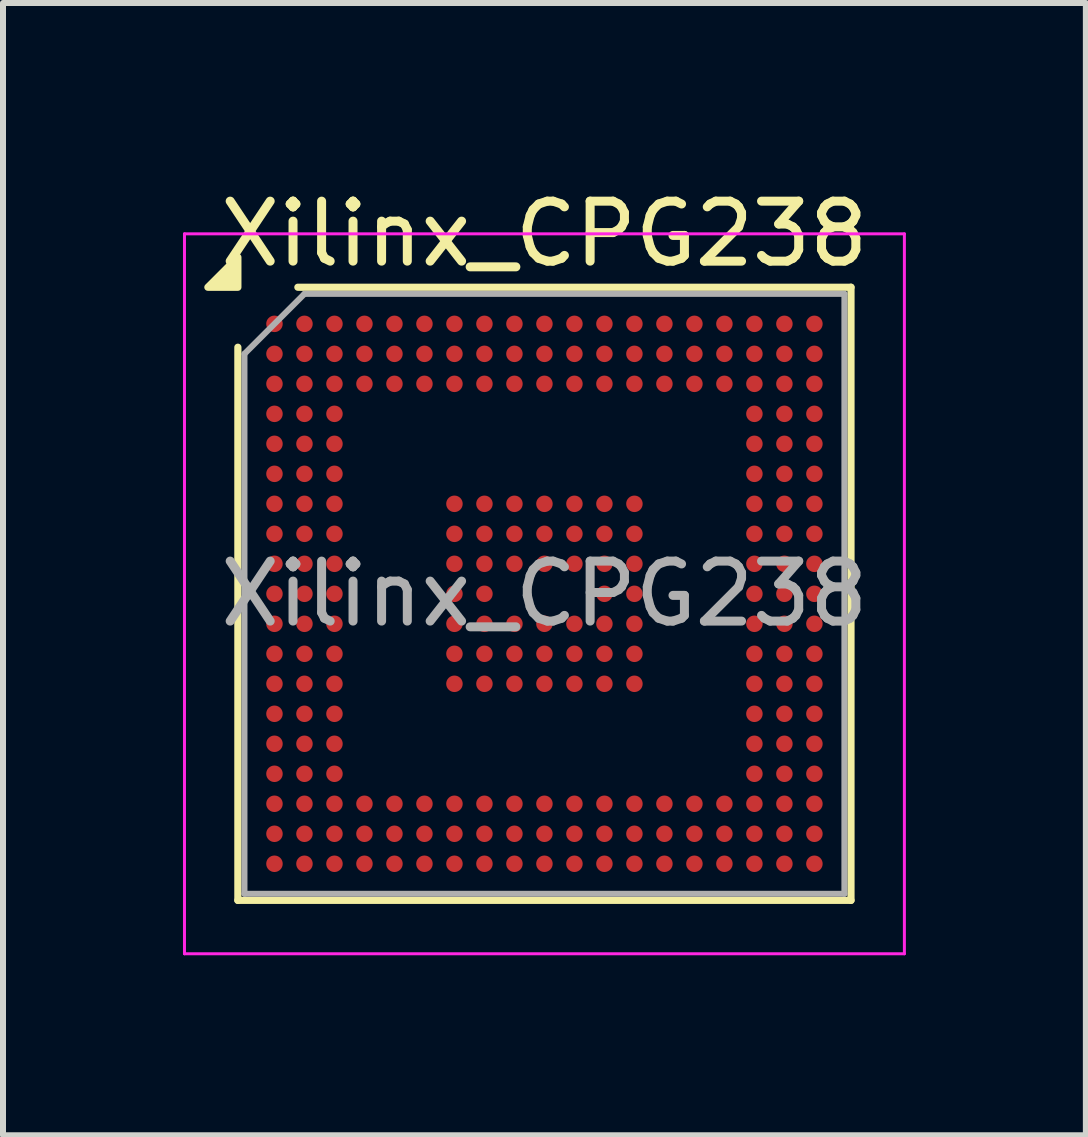
<source format=kicad_pcb>
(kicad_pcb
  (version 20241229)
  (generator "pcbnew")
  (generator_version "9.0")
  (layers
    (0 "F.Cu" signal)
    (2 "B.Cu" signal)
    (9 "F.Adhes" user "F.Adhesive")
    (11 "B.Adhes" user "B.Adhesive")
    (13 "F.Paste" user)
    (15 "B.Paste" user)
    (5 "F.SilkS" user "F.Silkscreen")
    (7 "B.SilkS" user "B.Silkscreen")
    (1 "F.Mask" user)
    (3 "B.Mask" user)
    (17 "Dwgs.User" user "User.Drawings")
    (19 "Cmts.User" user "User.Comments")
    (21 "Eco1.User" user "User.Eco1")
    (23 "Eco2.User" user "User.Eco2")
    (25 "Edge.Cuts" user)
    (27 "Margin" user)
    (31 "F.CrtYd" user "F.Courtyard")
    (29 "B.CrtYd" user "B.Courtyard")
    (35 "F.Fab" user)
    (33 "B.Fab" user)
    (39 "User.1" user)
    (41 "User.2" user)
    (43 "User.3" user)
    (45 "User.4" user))
  (footprint "Xilinx_CPG238"
    (layer "F.Cu")
    (at 6.025 6.848)
    (property "Reference" "Xilinx_CPG238" (at 0 -6 0) (layer "F.SilkS") (effects (font (size 1 1) (thickness 0.15))))
    (attr smd)
    (fp_line (start -5.11 5.11) (end -5.11 -4.11) (stroke (width 0.12) (type solid)) (layer "F.SilkS"))
    (fp_line (start -4.11 -5.11) (end 5.11 -5.11) (stroke (width 0.12) (type solid)) (layer "F.SilkS"))
    (fp_line (start 5.11 -5.11) (end 5.11 5.11) (stroke (width 0.12) (type solid)) (layer "F.SilkS"))
    (fp_line (start 5.11 5.11) (end -5.11 5.11) (stroke (width 0.12) (type solid)) (layer "F.SilkS"))
    (fp_poly (pts (xy -5.11 -5.11) (xy -5.61 -5.11) (xy -5.11 -5.61) (xy -5.11 -5.11)) (stroke (width 0.12) (type solid)) (fill yes) (layer "F.SilkS"))
    (fp_line (start -6 -6) (end -6 6) (stroke (width 0.05) (type solid)) (layer "F.CrtYd"))
    (fp_line (start -6 6) (end 6 6) (stroke (width 0.05) (type solid)) (layer "F.CrtYd"))
    (fp_line (start 6 -6) (end -6 -6) (stroke (width 0.05) (type solid)) (layer "F.CrtYd"))
    (fp_line (start 6 6) (end 6 -6) (stroke (width 0.05) (type solid)) (layer "F.CrtYd"))
    (fp_line (start -5 -4) (end -4 -5) (stroke (width 0.1) (type solid)) (layer "F.Fab"))
    (fp_line (start -5 5) (end -5 -4) (stroke (width 0.1) (type solid)) (layer "F.Fab"))
    (fp_line (start -4 -5) (end 5 -5) (stroke (width 0.1) (type solid)) (layer "F.Fab"))
    (fp_line (start 5 -5) (end 5 5) (stroke (width 0.1) (type solid)) (layer "F.Fab"))
    (fp_line (start 5 5) (end -5 5) (stroke (width 0.1) (type solid)) (layer "F.Fab"))
    (fp_text user "${REFERENCE}" (at 0 0 0) (layer "F.Fab") (effects (font (size 1 1) (thickness 0.15))))
    (pad "A1" smd circle (at -4.5 -4.5) (size 0.275 0.275) (property pad_prop_bga) (layers "F.Cu" "F.Mask" "F.Paste"))
    (pad "A2" smd circle (at -4 -4.5) (size 0.275 0.275) (property pad_prop_bga) (layers "F.Cu" "F.Mask" "F.Paste"))
    (pad "A3" smd circle (at -3.5 -4.5) (size 0.275 0.275) (property pad_prop_bga) (layers "F.Cu" "F.Mask" "F.Paste"))
    (pad "A4" smd circle (at -3 -4.5) (size 0.275 0.275) (property pad_prop_bga) (layers "F.Cu" "F.Mask" "F.Paste"))
    (pad "A5" smd circle (at -2.5 -4.5) (size 0.275 0.275) (property pad_prop_bga) (layers "F.Cu" "F.Mask" "F.Paste"))
    (pad "A6" smd circle (at -2 -4.5) (size 0.275 0.275) (property pad_prop_bga) (layers "F.Cu" "F.Mask" "F.Paste"))
    (pad "A7" smd circle (at -1.5 -4.5) (size 0.275 0.275) (property pad_prop_bga) (layers "F.Cu" "F.Mask" "F.Paste"))
    (pad "A8" smd circle (at -1 -4.5) (size 0.275 0.275) (property pad_prop_bga) (layers "F.Cu" "F.Mask" "F.Paste"))
    (pad "A9" smd circle (at -0.5 -4.5) (size 0.275 0.275) (property pad_prop_bga) (layers "F.Cu" "F.Mask" "F.Paste"))
    (pad "A10" smd circle (at 0 -4.5) (size 0.275 0.275) (property pad_prop_bga) (layers "F.Cu" "F.Mask" "F.Paste"))
    (pad "A11" smd circle (at 0.5 -4.5) (size 0.275 0.275) (property pad_prop_bga) (layers "F.Cu" "F.Mask" "F.Paste"))
    (pad "A12" smd circle (at 1 -4.5) (size 0.275 0.275) (property pad_prop_bga) (layers "F.Cu" "F.Mask" "F.Paste"))
    (pad "A13" smd circle (at 1.5 -4.5) (size 0.275 0.275) (property pad_prop_bga) (layers "F.Cu" "F.Mask" "F.Paste"))
    (pad "A14" smd circle (at 2 -4.5) (size 0.275 0.275) (property pad_prop_bga) (layers "F.Cu" "F.Mask" "F.Paste"))
    (pad "A15" smd circle (at 2.5 -4.5) (size 0.275 0.275) (property pad_prop_bga) (layers "F.Cu" "F.Mask" "F.Paste"))
    (pad "A16" smd circle (at 3 -4.5) (size 0.275 0.275) (property pad_prop_bga) (layers "F.Cu" "F.Mask" "F.Paste"))
    (pad "A17" smd circle (at 3.5 -4.5) (size 0.275 0.275) (property pad_prop_bga) (layers "F.Cu" "F.Mask" "F.Paste"))
    (pad "A18" smd circle (at 4 -4.5) (size 0.275 0.275) (property pad_prop_bga) (layers "F.Cu" "F.Mask" "F.Paste"))
    (pad "A19" smd circle (at 4.5 -4.5) (size 0.275 0.275) (property pad_prop_bga) (layers "F.Cu" "F.Mask" "F.Paste"))
    (pad "B1" smd circle (at -4.5 -4) (size 0.275 0.275) (property pad_prop_bga) (layers "F.Cu" "F.Mask" "F.Paste"))
    (pad "B2" smd circle (at -4 -4) (size 0.275 0.275) (property pad_prop_bga) (layers "F.Cu" "F.Mask" "F.Paste"))
    (pad "B3" smd circle (at -3.5 -4) (size 0.275 0.275) (property pad_prop_bga) (layers "F.Cu" "F.Mask" "F.Paste"))
    (pad "B4" smd circle (at -3 -4) (size 0.275 0.275) (property pad_prop_bga) (layers "F.Cu" "F.Mask" "F.Paste"))
    (pad "B5" smd circle (at -2.5 -4) (size 0.275 0.275) (property pad_prop_bga) (layers "F.Cu" "F.Mask" "F.Paste"))
    (pad "B6" smd circle (at -2 -4) (size 0.275 0.275) (property pad_prop_bga) (layers "F.Cu" "F.Mask" "F.Paste"))
    (pad "B7" smd circle (at -1.5 -4) (size 0.275 0.275) (property pad_prop_bga) (layers "F.Cu" "F.Mask" "F.Paste"))
    (pad "B8" smd circle (at -1 -4) (size 0.275 0.275) (property pad_prop_bga) (layers "F.Cu" "F.Mask" "F.Paste"))
    (pad "B9" smd circle (at -0.5 -4) (size 0.275 0.275) (property pad_prop_bga) (layers "F.Cu" "F.Mask" "F.Paste"))
    (pad "B10" smd circle (at 0 -4) (size 0.275 0.275) (property pad_prop_bga) (layers "F.Cu" "F.Mask" "F.Paste"))
    (pad "B11" smd circle (at 0.5 -4) (size 0.275 0.275) (property pad_prop_bga) (layers "F.Cu" "F.Mask" "F.Paste"))
    (pad "B12" smd circle (at 1 -4) (size 0.275 0.275) (property pad_prop_bga) (layers "F.Cu" "F.Mask" "F.Paste"))
    (pad "B13" smd circle (at 1.5 -4) (size 0.275 0.275) (property pad_prop_bga) (layers "F.Cu" "F.Mask" "F.Paste"))
    (pad "B14" smd circle (at 2 -4) (size 0.275 0.275) (property pad_prop_bga) (layers "F.Cu" "F.Mask" "F.Paste"))
    (pad "B15" smd circle (at 2.5 -4) (size 0.275 0.275) (property pad_prop_bga) (layers "F.Cu" "F.Mask" "F.Paste"))
    (pad "B16" smd circle (at 3 -4) (size 0.275 0.275) (property pad_prop_bga) (layers "F.Cu" "F.Mask" "F.Paste"))
    (pad "B17" smd circle (at 3.5 -4) (size 0.275 0.275) (property pad_prop_bga) (layers "F.Cu" "F.Mask" "F.Paste"))
    (pad "B18" smd circle (at 4 -4) (size 0.275 0.275) (property pad_prop_bga) (layers "F.Cu" "F.Mask" "F.Paste"))
    (pad "B19" smd circle (at 4.5 -4) (size 0.275 0.275) (property pad_prop_bga) (layers "F.Cu" "F.Mask" "F.Paste"))
    (pad "C1" smd circle (at -4.5 -3.5) (size 0.275 0.275) (property pad_prop_bga) (layers "F.Cu" "F.Mask" "F.Paste"))
    (pad "C2" smd circle (at -4 -3.5) (size 0.275 0.275) (property pad_prop_bga) (layers "F.Cu" "F.Mask" "F.Paste"))
    (pad "C3" smd circle (at -3.5 -3.5) (size 0.275 0.275) (property pad_prop_bga) (layers "F.Cu" "F.Mask" "F.Paste"))
    (pad "C4" smd circle (at -3 -3.5) (size 0.275 0.275) (property pad_prop_bga) (layers "F.Cu" "F.Mask" "F.Paste"))
    (pad "C5" smd circle (at -2.5 -3.5) (size 0.275 0.275) (property pad_prop_bga) (layers "F.Cu" "F.Mask" "F.Paste"))
    (pad "C6" smd circle (at -2 -3.5) (size 0.275 0.275) (property pad_prop_bga) (layers "F.Cu" "F.Mask" "F.Paste"))
    (pad "C7" smd circle (at -1.5 -3.5) (size 0.275 0.275) (property pad_prop_bga) (layers "F.Cu" "F.Mask" "F.Paste"))
    (pad "C8" smd circle (at -1 -3.5) (size 0.275 0.275) (property pad_prop_bga) (layers "F.Cu" "F.Mask" "F.Paste"))
    (pad "C9" smd circle (at -0.5 -3.5) (size 0.275 0.275) (property pad_prop_bga) (layers "F.Cu" "F.Mask" "F.Paste"))
    (pad "C10" smd circle (at 0 -3.5) (size 0.275 0.275) (property pad_prop_bga) (layers "F.Cu" "F.Mask" "F.Paste"))
    (pad "C11" smd circle (at 0.5 -3.5) (size 0.275 0.275) (property pad_prop_bga) (layers "F.Cu" "F.Mask" "F.Paste"))
    (pad "C12" smd circle (at 1 -3.5) (size 0.275 0.275) (property pad_prop_bga) (layers "F.Cu" "F.Mask" "F.Paste"))
    (pad "C13" smd circle (at 1.5 -3.5) (size 0.275 0.275) (property pad_prop_bga) (layers "F.Cu" "F.Mask" "F.Paste"))
    (pad "C14" smd circle (at 2 -3.5) (size 0.275 0.275) (property pad_prop_bga) (layers "F.Cu" "F.Mask" "F.Paste"))
    (pad "C15" smd circle (at 2.5 -3.5) (size 0.275 0.275) (property pad_prop_bga) (layers "F.Cu" "F.Mask" "F.Paste"))
    (pad "C16" smd circle (at 3 -3.5) (size 0.275 0.275) (property pad_prop_bga) (layers "F.Cu" "F.Mask" "F.Paste"))
    (pad "C17" smd circle (at 3.5 -3.5) (size 0.275 0.275) (property pad_prop_bga) (layers "F.Cu" "F.Mask" "F.Paste"))
    (pad "C18" smd circle (at 4 -3.5) (size 0.275 0.275) (property pad_prop_bga) (layers "F.Cu" "F.Mask" "F.Paste"))
    (pad "C19" smd circle (at 4.5 -3.5) (size 0.275 0.275) (property pad_prop_bga) (layers "F.Cu" "F.Mask" "F.Paste"))
    (pad "D1" smd circle (at -4.5 -3) (size 0.275 0.275) (property pad_prop_bga) (layers "F.Cu" "F.Mask" "F.Paste"))
    (pad "D2" smd circle (at -4 -3) (size 0.275 0.275) (property pad_prop_bga) (layers "F.Cu" "F.Mask" "F.Paste"))
    (pad "D3" smd circle (at -3.5 -3) (size 0.275 0.275) (property pad_prop_bga) (layers "F.Cu" "F.Mask" "F.Paste"))
    (pad "D17" smd circle (at 3.5 -3) (size 0.275 0.275) (property pad_prop_bga) (layers "F.Cu" "F.Mask" "F.Paste"))
    (pad "D18" smd circle (at 4 -3) (size 0.275 0.275) (property pad_prop_bga) (layers "F.Cu" "F.Mask" "F.Paste"))
    (pad "D19" smd circle (at 4.5 -3) (size 0.275 0.275) (property pad_prop_bga) (layers "F.Cu" "F.Mask" "F.Paste"))
    (pad "E1" smd circle (at -4.5 -2.5) (size 0.275 0.275) (property pad_prop_bga) (layers "F.Cu" "F.Mask" "F.Paste"))
    (pad "E2" smd circle (at -4 -2.5) (size 0.275 0.275) (property pad_prop_bga) (layers "F.Cu" "F.Mask" "F.Paste"))
    (pad "E3" smd circle (at -3.5 -2.5) (size 0.275 0.275) (property pad_prop_bga) (layers "F.Cu" "F.Mask" "F.Paste"))
    (pad "E17" smd circle (at 3.5 -2.5) (size 0.275 0.275) (property pad_prop_bga) (layers "F.Cu" "F.Mask" "F.Paste"))
    (pad "E18" smd circle (at 4 -2.5) (size 0.275 0.275) (property pad_prop_bga) (layers "F.Cu" "F.Mask" "F.Paste"))
    (pad "E19" smd circle (at 4.5 -2.5) (size 0.275 0.275) (property pad_prop_bga) (layers "F.Cu" "F.Mask" "F.Paste"))
    (pad "F1" smd circle (at -4.5 -2) (size 0.275 0.275) (property pad_prop_bga) (layers "F.Cu" "F.Mask" "F.Paste"))
    (pad "F2" smd circle (at -4 -2) (size 0.275 0.275) (property pad_prop_bga) (layers "F.Cu" "F.Mask" "F.Paste"))
    (pad "F3" smd circle (at -3.5 -2) (size 0.275 0.275) (property pad_prop_bga) (layers "F.Cu" "F.Mask" "F.Paste"))
    (pad "F17" smd circle (at 3.5 -2) (size 0.275 0.275) (property pad_prop_bga) (layers "F.Cu" "F.Mask" "F.Paste"))
    (pad "F18" smd circle (at 4 -2) (size 0.275 0.275) (property pad_prop_bga) (layers "F.Cu" "F.Mask" "F.Paste"))
    (pad "F19" smd circle (at 4.5 -2) (size 0.275 0.275) (property pad_prop_bga) (layers "F.Cu" "F.Mask" "F.Paste"))
    (pad "G1" smd circle (at -4.5 -1.5) (size 0.275 0.275) (property pad_prop_bga) (layers "F.Cu" "F.Mask" "F.Paste"))
    (pad "G2" smd circle (at -4 -1.5) (size 0.275 0.275) (property pad_prop_bga) (layers "F.Cu" "F.Mask" "F.Paste"))
    (pad "G3" smd circle (at -3.5 -1.5) (size 0.275 0.275) (property pad_prop_bga) (layers "F.Cu" "F.Mask" "F.Paste"))
    (pad "G7" smd circle (at -1.5 -1.5) (size 0.275 0.275) (property pad_prop_bga) (layers "F.Cu" "F.Mask" "F.Paste"))
    (pad "G8" smd circle (at -1 -1.5) (size 0.275 0.275) (property pad_prop_bga) (layers "F.Cu" "F.Mask" "F.Paste"))
    (pad "G9" smd circle (at -0.5 -1.5) (size 0.275 0.275) (property pad_prop_bga) (layers "F.Cu" "F.Mask" "F.Paste"))
    (pad "G10" smd circle (at 0 -1.5) (size 0.275 0.275) (property pad_prop_bga) (layers "F.Cu" "F.Mask" "F.Paste"))
    (pad "G11" smd circle (at 0.5 -1.5) (size 0.275 0.275) (property pad_prop_bga) (layers "F.Cu" "F.Mask" "F.Paste"))
    (pad "G12" smd circle (at 1 -1.5) (size 0.275 0.275) (property pad_prop_bga) (layers "F.Cu" "F.Mask" "F.Paste"))
    (pad "G13" smd circle (at 1.5 -1.5) (size 0.275 0.275) (property pad_prop_bga) (layers "F.Cu" "F.Mask" "F.Paste"))
    (pad "G17" smd circle (at 3.5 -1.5) (size 0.275 0.275) (property pad_prop_bga) (layers "F.Cu" "F.Mask" "F.Paste"))
    (pad "G18" smd circle (at 4 -1.5) (size 0.275 0.275) (property pad_prop_bga) (layers "F.Cu" "F.Mask" "F.Paste"))
    (pad "G19" smd circle (at 4.5 -1.5) (size 0.275 0.275) (property pad_prop_bga) (layers "F.Cu" "F.Mask" "F.Paste"))
    (pad "H1" smd circle (at -4.5 -1) (size 0.275 0.275) (property pad_prop_bga) (layers "F.Cu" "F.Mask" "F.Paste"))
    (pad "H2" smd circle (at -4 -1) (size 0.275 0.275) (property pad_prop_bga) (layers "F.Cu" "F.Mask" "F.Paste"))
    (pad "H3" smd circle (at -3.5 -1) (size 0.275 0.275) (property pad_prop_bga) (layers "F.Cu" "F.Mask" "F.Paste"))
    (pad "H7" smd circle (at -1.5 -1) (size 0.275 0.275) (property pad_prop_bga) (layers "F.Cu" "F.Mask" "F.Paste"))
    (pad "H8" smd circle (at -1 -1) (size 0.275 0.275) (property pad_prop_bga) (layers "F.Cu" "F.Mask" "F.Paste"))
    (pad "H9" smd circle (at -0.5 -1) (size 0.275 0.275) (property pad_prop_bga) (layers "F.Cu" "F.Mask" "F.Paste"))
    (pad "H10" smd circle (at 0 -1) (size 0.275 0.275) (property pad_prop_bga) (layers "F.Cu" "F.Mask" "F.Paste"))
    (pad "H11" smd circle (at 0.5 -1) (size 0.275 0.275) (property pad_prop_bga) (layers "F.Cu" "F.Mask" "F.Paste"))
    (pad "H12" smd circle (at 1 -1) (size 0.275 0.275) (property pad_prop_bga) (layers "F.Cu" "F.Mask" "F.Paste"))
    (pad "H13" smd circle (at 1.5 -1) (size 0.275 0.275) (property pad_prop_bga) (layers "F.Cu" "F.Mask" "F.Paste"))
    (pad "H17" smd circle (at 3.5 -1) (size 0.275 0.275) (property pad_prop_bga) (layers "F.Cu" "F.Mask" "F.Paste"))
    (pad "H18" smd circle (at 4 -1) (size 0.275 0.275) (property pad_prop_bga) (layers "F.Cu" "F.Mask" "F.Paste"))
    (pad "H19" smd circle (at 4.5 -1) (size 0.275 0.275) (property pad_prop_bga) (layers "F.Cu" "F.Mask" "F.Paste"))
    (pad "J1" smd circle (at -4.5 -0.5) (size 0.275 0.275) (property pad_prop_bga) (layers "F.Cu" "F.Mask" "F.Paste"))
    (pad "J2" smd circle (at -4 -0.5) (size 0.275 0.275) (property pad_prop_bga) (layers "F.Cu" "F.Mask" "F.Paste"))
    (pad "J3" smd circle (at -3.5 -0.5) (size 0.275 0.275) (property pad_prop_bga) (layers "F.Cu" "F.Mask" "F.Paste"))
    (pad "J7" smd circle (at -1.5 -0.5) (size 0.275 0.275) (property pad_prop_bga) (layers "F.Cu" "F.Mask" "F.Paste"))
    (pad "J8" smd circle (at -1 -0.5) (size 0.275 0.275) (property pad_prop_bga) (layers "F.Cu" "F.Mask" "F.Paste"))
    (pad "J9" smd circle (at -0.5 -0.5) (size 0.275 0.275) (property pad_prop_bga) (layers "F.Cu" "F.Mask" "F.Paste"))
    (pad "J10" smd circle (at 0 -0.5) (size 0.275 0.275) (property pad_prop_bga) (layers "F.Cu" "F.Mask" "F.Paste"))
    (pad "J11" smd circle (at 0.5 -0.5) (size 0.275 0.275) (property pad_prop_bga) (layers "F.Cu" "F.Mask" "F.Paste"))
    (pad "J12" smd circle (at 1 -0.5) (size 0.275 0.275) (property pad_prop_bga) (layers "F.Cu" "F.Mask" "F.Paste"))
    (pad "J13" smd circle (at 1.5 -0.5) (size 0.275 0.275) (property pad_prop_bga) (layers "F.Cu" "F.Mask" "F.Paste"))
    (pad "J17" smd circle (at 3.5 -0.5) (size 0.275 0.275) (property pad_prop_bga) (layers "F.Cu" "F.Mask" "F.Paste"))
    (pad "J18" smd circle (at 4 -0.5) (size 0.275 0.275) (property pad_prop_bga) (layers "F.Cu" "F.Mask" "F.Paste"))
    (pad "J19" smd circle (at 4.5 -0.5) (size 0.275 0.275) (property pad_prop_bga) (layers "F.Cu" "F.Mask" "F.Paste"))
    (pad "K1" smd circle (at -4.5 0) (size 0.275 0.275) (property pad_prop_bga) (layers "F.Cu" "F.Mask" "F.Paste"))
    (pad "K2" smd circle (at -4 0) (size 0.275 0.275) (property pad_prop_bga) (layers "F.Cu" "F.Mask" "F.Paste"))
    (pad "K3" smd circle (at -3.5 0) (size 0.275 0.275) (property pad_prop_bga) (layers "F.Cu" "F.Mask" "F.Paste"))
    (pad "K7" smd circle (at -1.5 0) (size 0.275 0.275) (property pad_prop_bga) (layers "F.Cu" "F.Mask" "F.Paste"))
    (pad "K8" smd circle (at -1 0) (size 0.275 0.275) (property pad_prop_bga) (layers "F.Cu" "F.Mask" "F.Paste"))
    (pad "K12" smd circle (at 1 0) (size 0.275 0.275) (property pad_prop_bga) (layers "F.Cu" "F.Mask" "F.Paste"))
    (pad "K13" smd circle (at 1.5 0) (size 0.275 0.275) (property pad_prop_bga) (layers "F.Cu" "F.Mask" "F.Paste"))
    (pad "K17" smd circle (at 3.5 0) (size 0.275 0.275) (property pad_prop_bga) (layers "F.Cu" "F.Mask" "F.Paste"))
    (pad "K18" smd circle (at 4 0) (size 0.275 0.275) (property pad_prop_bga) (layers "F.Cu" "F.Mask" "F.Paste"))
    (pad "K19" smd circle (at 4.5 0) (size 0.275 0.275) (property pad_prop_bga) (layers "F.Cu" "F.Mask" "F.Paste"))
    (pad "L1" smd circle (at -4.5 0.5) (size 0.275 0.275) (property pad_prop_bga) (layers "F.Cu" "F.Mask" "F.Paste"))
    (pad "L2" smd circle (at -4 0.5) (size 0.275 0.275) (property pad_prop_bga) (layers "F.Cu" "F.Mask" "F.Paste"))
    (pad "L3" smd circle (at -3.5 0.5) (size 0.275 0.275) (property pad_prop_bga) (layers "F.Cu" "F.Mask" "F.Paste"))
    (pad "L7" smd circle (at -1.5 0.5) (size 0.275 0.275) (property pad_prop_bga) (layers "F.Cu" "F.Mask" "F.Paste"))
    (pad "L8" smd circle (at -1 0.5) (size 0.275 0.275) (property pad_prop_bga) (layers "F.Cu" "F.Mask" "F.Paste"))
    (pad "L9" smd circle (at -0.5 0.5) (size 0.275 0.275) (property pad_prop_bga) (layers "F.Cu" "F.Mask" "F.Paste"))
    (pad "L10" smd circle (at 0 0.5) (size 0.275 0.275) (property pad_prop_bga) (layers "F.Cu" "F.Mask" "F.Paste"))
    (pad "L11" smd circle (at 0.5 0.5) (size 0.275 0.275) (property pad_prop_bga) (layers "F.Cu" "F.Mask" "F.Paste"))
    (pad "L12" smd circle (at 1 0.5) (size 0.275 0.275) (property pad_prop_bga) (layers "F.Cu" "F.Mask" "F.Paste"))
    (pad "L13" smd circle (at 1.5 0.5) (size 0.275 0.275) (property pad_prop_bga) (layers "F.Cu" "F.Mask" "F.Paste"))
    (pad "L17" smd circle (at 3.5 0.5) (size 0.275 0.275) (property pad_prop_bga) (layers "F.Cu" "F.Mask" "F.Paste"))
    (pad "L18" smd circle (at 4 0.5) (size 0.275 0.275) (property pad_prop_bga) (layers "F.Cu" "F.Mask" "F.Paste"))
    (pad "L19" smd circle (at 4.5 0.5) (size 0.275 0.275) (property pad_prop_bga) (layers "F.Cu" "F.Mask" "F.Paste"))
    (pad "M1" smd circle (at -4.5 1) (size 0.275 0.275) (property pad_prop_bga) (layers "F.Cu" "F.Mask" "F.Paste"))
    (pad "M2" smd circle (at -4 1) (size 0.275 0.275) (property pad_prop_bga) (layers "F.Cu" "F.Mask" "F.Paste"))
    (pad "M3" smd circle (at -3.5 1) (size 0.275 0.275) (property pad_prop_bga) (layers "F.Cu" "F.Mask" "F.Paste"))
    (pad "M7" smd circle (at -1.5 1) (size 0.275 0.275) (property pad_prop_bga) (layers "F.Cu" "F.Mask" "F.Paste"))
    (pad "M8" smd circle (at -1 1) (size 0.275 0.275) (property pad_prop_bga) (layers "F.Cu" "F.Mask" "F.Paste"))
    (pad "M9" smd circle (at -0.5 1) (size 0.275 0.275) (property pad_prop_bga) (layers "F.Cu" "F.Mask" "F.Paste"))
    (pad "M10" smd circle (at 0 1) (size 0.275 0.275) (property pad_prop_bga) (layers "F.Cu" "F.Mask" "F.Paste"))
    (pad "M11" smd circle (at 0.5 1) (size 0.275 0.275) (property pad_prop_bga) (layers "F.Cu" "F.Mask" "F.Paste"))
    (pad "M12" smd circle (at 1 1) (size 0.275 0.275) (property pad_prop_bga) (layers "F.Cu" "F.Mask" "F.Paste"))
    (pad "M13" smd circle (at 1.5 1) (size 0.275 0.275) (property pad_prop_bga) (layers "F.Cu" "F.Mask" "F.Paste"))
    (pad "M17" smd circle (at 3.5 1) (size 0.275 0.275) (property pad_prop_bga) (layers "F.Cu" "F.Mask" "F.Paste"))
    (pad "M18" smd circle (at 4 1) (size 0.275 0.275) (property pad_prop_bga) (layers "F.Cu" "F.Mask" "F.Paste"))
    (pad "M19" smd circle (at 4.5 1) (size 0.275 0.275) (property pad_prop_bga) (layers "F.Cu" "F.Mask" "F.Paste"))
    (pad "N1" smd circle (at -4.5 1.5) (size 0.275 0.275) (property pad_prop_bga) (layers "F.Cu" "F.Mask" "F.Paste"))
    (pad "N2" smd circle (at -4 1.5) (size 0.275 0.275) (property pad_prop_bga) (layers "F.Cu" "F.Mask" "F.Paste"))
    (pad "N3" smd circle (at -3.5 1.5) (size 0.275 0.275) (property pad_prop_bga) (layers "F.Cu" "F.Mask" "F.Paste"))
    (pad "N7" smd circle (at -1.5 1.5) (size 0.275 0.275) (property pad_prop_bga) (layers "F.Cu" "F.Mask" "F.Paste"))
    (pad "N8" smd circle (at -1 1.5) (size 0.275 0.275) (property pad_prop_bga) (layers "F.Cu" "F.Mask" "F.Paste"))
    (pad "N9" smd circle (at -0.5 1.5) (size 0.275 0.275) (property pad_prop_bga) (layers "F.Cu" "F.Mask" "F.Paste"))
    (pad "N10" smd circle (at 0 1.5) (size 0.275 0.275) (property pad_prop_bga) (layers "F.Cu" "F.Mask" "F.Paste"))
    (pad "N11" smd circle (at 0.5 1.5) (size 0.275 0.275) (property pad_prop_bga) (layers "F.Cu" "F.Mask" "F.Paste"))
    (pad "N12" smd circle (at 1 1.5) (size 0.275 0.275) (property pad_prop_bga) (layers "F.Cu" "F.Mask" "F.Paste"))
    (pad "N13" smd circle (at 1.5 1.5) (size 0.275 0.275) (property pad_prop_bga) (layers "F.Cu" "F.Mask" "F.Paste"))
    (pad "N17" smd circle (at 3.5 1.5) (size 0.275 0.275) (property pad_prop_bga) (layers "F.Cu" "F.Mask" "F.Paste"))
    (pad "N18" smd circle (at 4 1.5) (size 0.275 0.275) (property pad_prop_bga) (layers "F.Cu" "F.Mask" "F.Paste"))
    (pad "N19" smd circle (at 4.5 1.5) (size 0.275 0.275) (property pad_prop_bga) (layers "F.Cu" "F.Mask" "F.Paste"))
    (pad "P1" smd circle (at -4.5 2) (size 0.275 0.275) (property pad_prop_bga) (layers "F.Cu" "F.Mask" "F.Paste"))
    (pad "P2" smd circle (at -4 2) (size 0.275 0.275) (property pad_prop_bga) (layers "F.Cu" "F.Mask" "F.Paste"))
    (pad "P3" smd circle (at -3.5 2) (size 0.275 0.275) (property pad_prop_bga) (layers "F.Cu" "F.Mask" "F.Paste"))
    (pad "P17" smd circle (at 3.5 2) (size 0.275 0.275) (property pad_prop_bga) (layers "F.Cu" "F.Mask" "F.Paste"))
    (pad "P18" smd circle (at 4 2) (size 0.275 0.275) (property pad_prop_bga) (layers "F.Cu" "F.Mask" "F.Paste"))
    (pad "P19" smd circle (at 4.5 2) (size 0.275 0.275) (property pad_prop_bga) (layers "F.Cu" "F.Mask" "F.Paste"))
    (pad "R1" smd circle (at -4.5 2.5) (size 0.275 0.275) (property pad_prop_bga) (layers "F.Cu" "F.Mask" "F.Paste"))
    (pad "R2" smd circle (at -4 2.5) (size 0.275 0.275) (property pad_prop_bga) (layers "F.Cu" "F.Mask" "F.Paste"))
    (pad "R3" smd circle (at -3.5 2.5) (size 0.275 0.275) (property pad_prop_bga) (layers "F.Cu" "F.Mask" "F.Paste"))
    (pad "R17" smd circle (at 3.5 2.5) (size 0.275 0.275) (property pad_prop_bga) (layers "F.Cu" "F.Mask" "F.Paste"))
    (pad "R18" smd circle (at 4 2.5) (size 0.275 0.275) (property pad_prop_bga) (layers "F.Cu" "F.Mask" "F.Paste"))
    (pad "R19" smd circle (at 4.5 2.5) (size 0.275 0.275) (property pad_prop_bga) (layers "F.Cu" "F.Mask" "F.Paste"))
    (pad "T1" smd circle (at -4.5 3) (size 0.275 0.275) (property pad_prop_bga) (layers "F.Cu" "F.Mask" "F.Paste"))
    (pad "T2" smd circle (at -4 3) (size 0.275 0.275) (property pad_prop_bga) (layers "F.Cu" "F.Mask" "F.Paste"))
    (pad "T3" smd circle (at -3.5 3) (size 0.275 0.275) (property pad_prop_bga) (layers "F.Cu" "F.Mask" "F.Paste"))
    (pad "T17" smd circle (at 3.5 3) (size 0.275 0.275) (property pad_prop_bga) (layers "F.Cu" "F.Mask" "F.Paste"))
    (pad "T18" smd circle (at 4 3) (size 0.275 0.275) (property pad_prop_bga) (layers "F.Cu" "F.Mask" "F.Paste"))
    (pad "T19" smd circle (at 4.5 3) (size 0.275 0.275) (property pad_prop_bga) (layers "F.Cu" "F.Mask" "F.Paste"))
    (pad "U1" smd circle (at -4.5 3.5) (size 0.275 0.275) (property pad_prop_bga) (layers "F.Cu" "F.Mask" "F.Paste"))
    (pad "U2" smd circle (at -4 3.5) (size 0.275 0.275) (property pad_prop_bga) (layers "F.Cu" "F.Mask" "F.Paste"))
    (pad "U3" smd circle (at -3.5 3.5) (size 0.275 0.275) (property pad_prop_bga) (layers "F.Cu" "F.Mask" "F.Paste"))
    (pad "U4" smd circle (at -3 3.5) (size 0.275 0.275) (property pad_prop_bga) (layers "F.Cu" "F.Mask" "F.Paste"))
    (pad "U5" smd circle (at -2.5 3.5) (size 0.275 0.275) (property pad_prop_bga) (layers "F.Cu" "F.Mask" "F.Paste"))
    (pad "U6" smd circle (at -2 3.5) (size 0.275 0.275) (property pad_prop_bga) (layers "F.Cu" "F.Mask" "F.Paste"))
    (pad "U7" smd circle (at -1.5 3.5) (size 0.275 0.275) (property pad_prop_bga) (layers "F.Cu" "F.Mask" "F.Paste"))
    (pad "U8" smd circle (at -1 3.5) (size 0.275 0.275) (property pad_prop_bga) (layers "F.Cu" "F.Mask" "F.Paste"))
    (pad "U9" smd circle (at -0.5 3.5) (size 0.275 0.275) (property pad_prop_bga) (layers "F.Cu" "F.Mask" "F.Paste"))
    (pad "U10" smd circle (at 0 3.5) (size 0.275 0.275) (property pad_prop_bga) (layers "F.Cu" "F.Mask" "F.Paste"))
    (pad "U11" smd circle (at 0.5 3.5) (size 0.275 0.275) (property pad_prop_bga) (layers "F.Cu" "F.Mask" "F.Paste"))
    (pad "U12" smd circle (at 1 3.5) (size 0.275 0.275) (property pad_prop_bga) (layers "F.Cu" "F.Mask" "F.Paste"))
    (pad "U13" smd circle (at 1.5 3.5) (size 0.275 0.275) (property pad_prop_bga) (layers "F.Cu" "F.Mask" "F.Paste"))
    (pad "U14" smd circle (at 2 3.5) (size 0.275 0.275) (property pad_prop_bga) (layers "F.Cu" "F.Mask" "F.Paste"))
    (pad "U15" smd circle (at 2.5 3.5) (size 0.275 0.275) (property pad_prop_bga) (layers "F.Cu" "F.Mask" "F.Paste"))
    (pad "U16" smd circle (at 3 3.5) (size 0.275 0.275) (property pad_prop_bga) (layers "F.Cu" "F.Mask" "F.Paste"))
    (pad "U17" smd circle (at 3.5 3.5) (size 0.275 0.275) (property pad_prop_bga) (layers "F.Cu" "F.Mask" "F.Paste"))
    (pad "U18" smd circle (at 4 3.5) (size 0.275 0.275) (property pad_prop_bga) (layers "F.Cu" "F.Mask" "F.Paste"))
    (pad "U19" smd circle (at 4.5 3.5) (size 0.275 0.275) (property pad_prop_bga) (layers "F.Cu" "F.Mask" "F.Paste"))
    (pad "V1" smd circle (at -4.5 4) (size 0.275 0.275) (property pad_prop_bga) (layers "F.Cu" "F.Mask" "F.Paste"))
    (pad "V2" smd circle (at -4 4) (size 0.275 0.275) (property pad_prop_bga) (layers "F.Cu" "F.Mask" "F.Paste"))
    (pad "V3" smd circle (at -3.5 4) (size 0.275 0.275) (property pad_prop_bga) (layers "F.Cu" "F.Mask" "F.Paste"))
    (pad "V4" smd circle (at -3 4) (size 0.275 0.275) (property pad_prop_bga) (layers "F.Cu" "F.Mask" "F.Paste"))
    (pad "V5" smd circle (at -2.5 4) (size 0.275 0.275) (property pad_prop_bga) (layers "F.Cu" "F.Mask" "F.Paste"))
    (pad "V6" smd circle (at -2 4) (size 0.275 0.275) (property pad_prop_bga) (layers "F.Cu" "F.Mask" "F.Paste"))
    (pad "V7" smd circle (at -1.5 4) (size 0.275 0.275) (property pad_prop_bga) (layers "F.Cu" "F.Mask" "F.Paste"))
    (pad "V8" smd circle (at -1 4) (size 0.275 0.275) (property pad_prop_bga) (layers "F.Cu" "F.Mask" "F.Paste"))
    (pad "V9" smd circle (at -0.5 4) (size 0.275 0.275) (property pad_prop_bga) (layers "F.Cu" "F.Mask" "F.Paste"))
    (pad "V10" smd circle (at 0 4) (size 0.275 0.275) (property pad_prop_bga) (layers "F.Cu" "F.Mask" "F.Paste"))
    (pad "V11" smd circle (at 0.5 4) (size 0.275 0.275) (property pad_prop_bga) (layers "F.Cu" "F.Mask" "F.Paste"))
    (pad "V12" smd circle (at 1 4) (size 0.275 0.275) (property pad_prop_bga) (layers "F.Cu" "F.Mask" "F.Paste"))
    (pad "V13" smd circle (at 1.5 4) (size 0.275 0.275) (property pad_prop_bga) (layers "F.Cu" "F.Mask" "F.Paste"))
    (pad "V14" smd circle (at 2 4) (size 0.275 0.275) (property pad_prop_bga) (layers "F.Cu" "F.Mask" "F.Paste"))
    (pad "V15" smd circle (at 2.5 4) (size 0.275 0.275) (property pad_prop_bga) (layers "F.Cu" "F.Mask" "F.Paste"))
    (pad "V16" smd circle (at 3 4) (size 0.275 0.275) (property pad_prop_bga) (layers "F.Cu" "F.Mask" "F.Paste"))
    (pad "V17" smd circle (at 3.5 4) (size 0.275 0.275) (property pad_prop_bga) (layers "F.Cu" "F.Mask" "F.Paste"))
    (pad "V18" smd circle (at 4 4) (size 0.275 0.275) (property pad_prop_bga) (layers "F.Cu" "F.Mask" "F.Paste"))
    (pad "V19" smd circle (at 4.5 4) (size 0.275 0.275) (property pad_prop_bga) (layers "F.Cu" "F.Mask" "F.Paste"))
    (pad "W1" smd circle (at -4.5 4.5) (size 0.275 0.275) (property pad_prop_bga) (layers "F.Cu" "F.Mask" "F.Paste"))
    (pad "W2" smd circle (at -4 4.5) (size 0.275 0.275) (property pad_prop_bga) (layers "F.Cu" "F.Mask" "F.Paste"))
    (pad "W3" smd circle (at -3.5 4.5) (size 0.275 0.275) (property pad_prop_bga) (layers "F.Cu" "F.Mask" "F.Paste"))
    (pad "W4" smd circle (at -3 4.5) (size 0.275 0.275) (property pad_prop_bga) (layers "F.Cu" "F.Mask" "F.Paste"))
    (pad "W5" smd circle (at -2.5 4.5) (size 0.275 0.275) (property pad_prop_bga) (layers "F.Cu" "F.Mask" "F.Paste"))
    (pad "W6" smd circle (at -2 4.5) (size 0.275 0.275) (property pad_prop_bga) (layers "F.Cu" "F.Mask" "F.Paste"))
    (pad "W7" smd circle (at -1.5 4.5) (size 0.275 0.275) (property pad_prop_bga) (layers "F.Cu" "F.Mask" "F.Paste"))
    (pad "W8" smd circle (at -1 4.5) (size 0.275 0.275) (property pad_prop_bga) (layers "F.Cu" "F.Mask" "F.Paste"))
    (pad "W9" smd circle (at -0.5 4.5) (size 0.275 0.275) (property pad_prop_bga) (layers "F.Cu" "F.Mask" "F.Paste"))
    (pad "W10" smd circle (at 0 4.5) (size 0.275 0.275) (property pad_prop_bga) (layers "F.Cu" "F.Mask" "F.Paste"))
    (pad "W11" smd circle (at 0.5 4.5) (size 0.275 0.275) (property pad_prop_bga) (layers "F.Cu" "F.Mask" "F.Paste"))
    (pad "W12" smd circle (at 1 4.5) (size 0.275 0.275) (property pad_prop_bga) (layers "F.Cu" "F.Mask" "F.Paste"))
    (pad "W13" smd circle (at 1.5 4.5) (size 0.275 0.275) (property pad_prop_bga) (layers "F.Cu" "F.Mask" "F.Paste"))
    (pad "W14" smd circle (at 2 4.5) (size 0.275 0.275) (property pad_prop_bga) (layers "F.Cu" "F.Mask" "F.Paste"))
    (pad "W15" smd circle (at 2.5 4.5) (size 0.275 0.275) (property pad_prop_bga) (layers "F.Cu" "F.Mask" "F.Paste"))
    (pad "W16" smd circle (at 3 4.5) (size 0.275 0.275) (property pad_prop_bga) (layers "F.Cu" "F.Mask" "F.Paste"))
    (pad "W17" smd circle (at 3.5 4.5) (size 0.275 0.275) (property pad_prop_bga) (layers "F.Cu" "F.Mask" "F.Paste"))
    (pad "W18" smd circle (at 4 4.5) (size 0.275 0.275) (property pad_prop_bga) (layers "F.Cu" "F.Mask" "F.Paste"))
    (pad "W19" smd circle (at 4.5 4.5) (size 0.275 0.275) (property pad_prop_bga) (layers "F.Cu" "F.Mask" "F.Paste")))
  (gr_rect
    (start -3 -3)
    (end 15.05 15.873)
    (stroke (width 0.1) (type default))
    (fill no)
    (layer "Edge.Cuts")))
</source>
